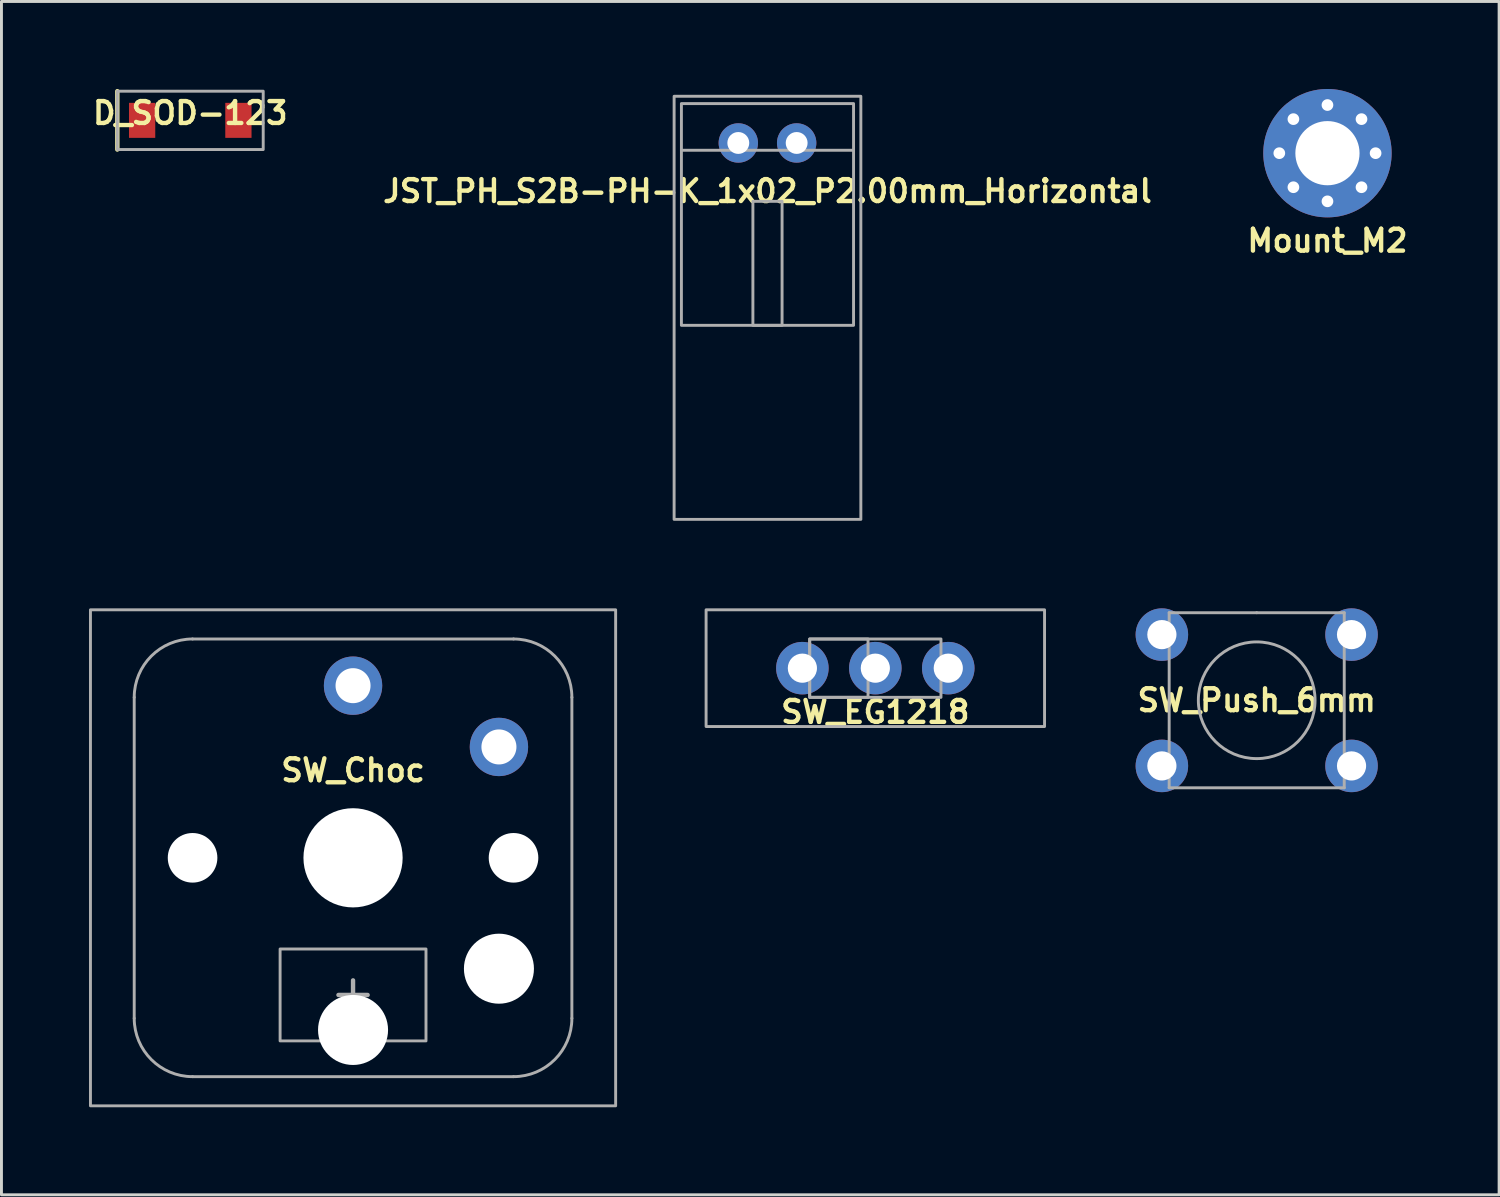
<source format=kicad_pcb>
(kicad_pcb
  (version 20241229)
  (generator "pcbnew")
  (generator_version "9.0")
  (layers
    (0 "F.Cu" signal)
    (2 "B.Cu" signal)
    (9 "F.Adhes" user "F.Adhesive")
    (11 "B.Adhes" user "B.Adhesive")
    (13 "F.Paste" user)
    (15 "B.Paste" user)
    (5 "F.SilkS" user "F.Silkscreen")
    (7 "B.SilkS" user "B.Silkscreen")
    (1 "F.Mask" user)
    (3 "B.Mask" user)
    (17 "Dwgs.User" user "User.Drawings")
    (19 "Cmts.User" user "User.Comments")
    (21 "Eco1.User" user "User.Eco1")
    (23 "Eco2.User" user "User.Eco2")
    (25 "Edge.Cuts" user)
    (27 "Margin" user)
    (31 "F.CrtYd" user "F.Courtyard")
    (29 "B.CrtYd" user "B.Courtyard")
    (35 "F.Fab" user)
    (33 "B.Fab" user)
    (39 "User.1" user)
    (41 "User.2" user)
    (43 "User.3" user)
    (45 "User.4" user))
  (footprint "SW_Choc"
    (layer "F.Cu")
    (at 9.05 26.35)
    (property "Reference" "SW_Choc" (at 0 -3 0) (layer "F.SilkS") (effects (font (size 0.75 0.75) (thickness 0.15))))
    (attr through_hole)
    (fp_line (start -7.5 5.5) (end -7.5 -5.5) (stroke (width 0.1) (type solid)) (layer "F.Fab"))
    (fp_line (start -0.5 4.7) (end 0 4.7) (stroke (width 0.15) (type solid)) (layer "F.Fab"))
    (fp_line (start 0 4.2) (end 0 4.7) (stroke (width 0.15) (type solid)) (layer "F.Fab"))
    (fp_line (start 0 4.7) (end 0 5.2) (stroke (width 0.15) (type solid)) (layer "F.Fab"))
    (fp_line (start 0 4.7) (end 0.5 4.7) (stroke (width 0.15) (type solid)) (layer "F.Fab"))
    (fp_line (start 5.5 -7.5) (end -5.5 -7.5) (stroke (width 0.1) (type solid)) (layer "F.Fab"))
    (fp_line (start 5.5 7.5) (end -5.5 7.5) (stroke (width 0.1) (type solid)) (layer "F.Fab"))
    (fp_line (start 7.5 5.5) (end 7.5 -5.5) (stroke (width 0.1) (type solid)) (layer "F.Fab"))
    (fp_rect (start -9 -8.5) (end 9 8.5) (stroke (width 0.1) (type default)) (fill no) (layer "F.Fab"))
    (fp_rect (start -2.5 3.125) (end 2.5 6.275) (stroke (width 0.1) (type default)) (fill no) (layer "F.Fab"))
    (fp_arc (start -7.5 -5.5) (mid -6.914214 -6.914213) (end -5.5 -7.5) (stroke (width 0.1) (type solid)) (layer "F.Fab"))
    (fp_arc (start -5.5 7.5) (mid -6.914213 6.914214) (end -7.5 5.5) (stroke (width 0.1) (type solid)) (layer "F.Fab"))
    (fp_arc (start 5.5 -7.5) (mid 6.914213 -6.914214) (end 7.5 -5.5) (stroke (width 0.1) (type solid)) (layer "F.Fab"))
    (fp_arc (start 7.5 5.5) (mid 6.914214 6.914213) (end 5.5 7.5) (stroke (width 0.1) (type solid)) (layer "F.Fab"))
    (pad "" np_thru_hole circle (at -5.5 0) (size 1.7 1.7) (drill 1.7) (layers "*.Cu" "*.Mask"))
    (pad "" np_thru_hole circle (at 0 0) (size 3.4 3.4) (drill 3.4) (layers "*.Cu" "*.Mask"))
    (pad "" np_thru_hole circle (at 0 5.9) (size 2.4 2.4) (drill 2.4) (layers "*.Cu" "*.Mask"))
    (pad "" np_thru_hole circle (at 5 3.8) (size 2.4 2.4) (drill 2.4) (layers "*.Cu" "*.Mask"))
    (pad "" np_thru_hole circle (at 5.5 0) (size 1.7 1.7) (drill 1.7) (layers "*.Cu" "*.Mask"))
    (pad "1" thru_hole circle (at 0 -5.9) (size 2 2) (drill 1.2) (layers "*.Cu" "*.Mask"))
    (pad "2" thru_hole circle (at 5 -3.8) (size 2 2) (drill 1.2) (layers "*.Cu" "*.Mask")))
  (footprint "Mount_M2"
    (layer "F.Cu")
    (at 42.446 2.2)
    (property "Reference" "Mount_M2" (at 0 3 0) (layer "F.SilkS") (effects (font (size 0.75 0.75) (thickness 0.15))))
    (attr exclude_from_pos_files exclude_from_bom)
    (pad "1" thru_hole circle (at -1.65 0) (size 0.7 0.7) (drill 0.4) (layers "*.Cu" "*.Mask"))
    (pad "1" thru_hole circle (at -1.167 -1.167) (size 0.7 0.7) (drill 0.4) (layers "*.Cu" "*.Mask"))
    (pad "1" thru_hole circle (at -1.167 1.167) (size 0.7 0.7) (drill 0.4) (layers "*.Cu" "*.Mask"))
    (pad "1" thru_hole circle (at 0 -1.65) (size 0.7 0.7) (drill 0.4) (layers "*.Cu" "*.Mask"))
    (pad "1" thru_hole circle (at 0 0) (size 4.4 4.4) (drill 2.2) (layers "*.Cu" "*.Mask"))
    (pad "1" thru_hole circle (at 0 1.65) (size 0.7 0.7) (drill 0.4) (layers "*.Cu" "*.Mask"))
    (pad "1" thru_hole circle (at 1.167 -1.167) (size 0.7 0.7) (drill 0.4) (layers "*.Cu" "*.Mask"))
    (pad "1" thru_hole circle (at 1.167 1.167) (size 0.7 0.7) (drill 0.4) (layers "*.Cu" "*.Mask"))
    (pad "1" thru_hole circle (at 1.65 0) (size 0.7 0.7) (drill 0.4) (layers "*.Cu" "*.Mask")))
  (footprint "JST_PH_S2B-PH-K_1x02_P2.00mm_Horizontal"
    (layer "F.Cu")
    (at 23.254 0.25)
    (property "Reference" "JST_PH_S2B-PH-K_1x02_P2.00mm_Horizontal" (at 0 3.25 0) (layer "F.SilkS") (effects (font (size 0.75 0.75) (thickness 0.15))))
    (attr through_hole)
    (fp_line (start 2.95 1.85) (end -2.95 1.85) (stroke (width 0.1) (type solid)) (layer "F.Fab"))
    (fp_rect (start -3.2 0) (end 3.2 14.5) (stroke (width 0.1) (type default)) (fill no) (layer "F.Fab"))
    (fp_rect (start -2.95 0.25) (end 2.95 7.85) (stroke (width 0.1) (type default)) (fill no) (layer "F.Fab"))
    (fp_rect (start -0.5 3.6) (end 0.5 7.85) (stroke (width 0.1) (type default)) (fill no) (layer "F.Fab"))
    (pad "1" thru_hole circle (at -1 1.6) (size 1.35 1.35) (drill 0.75) (layers "*.Cu" "*.Mask"))
    (pad "2" thru_hole circle (at 1 1.6) (size 1.35 1.35) (drill 0.75) (layers "*.Cu" "*.Mask")))
  (footprint "SW_EG1218"
    (layer "F.Cu")
    (at 26.95 19.85)
    (property "Reference" "SW_EG1218" (at 0 1.5 0) (layer "F.SilkS") (effects (font (size 0.75 0.75) (thickness 0.15))))
    (attr through_hole)
    (fp_rect (start -5.8 -2) (end 5.8 2) (stroke (width 0.1) (type default)) (fill no) (layer "F.Fab"))
    (fp_rect (start -2.25 -1) (end -0.25 1) (stroke (width 0.1) (type default)) (fill no) (layer "F.Fab"))
    (fp_rect (start -2.25 -1) (end 2.25 1) (stroke (width 0.1) (type default)) (fill no) (layer "F.Fab"))
    (pad "1" thru_hole circle (at -2.5 0) (size 1.8 1.8) (drill 1) (layers "*.Cu" "*.Mask"))
    (pad "2" thru_hole circle (at 0 0) (size 1.8 1.8) (drill 1) (layers "*.Cu" "*.Mask"))
    (pad "3" thru_hole circle (at 2.5 0) (size 1.8 1.8) (drill 1) (layers "*.Cu" "*.Mask")))
  (footprint "SW_Push_6mm"
    (layer "F.Cu")
    (at 40.021 20.95)
    (property "Reference" "SW_Push_6mm" (at 0 0 0) (layer "F.SilkS") (effects (font (size 0.75 0.75) (thickness 0.15))))
    (attr through_hole)
    (fp_line (start -3 -3) (end 0 -3) (stroke (width 0.1) (type solid)) (layer "F.Fab"))
    (fp_line (start -3 3) (end -3 -3) (stroke (width 0.1) (type solid)) (layer "F.Fab"))
    (fp_line (start 0 -3) (end 3 -3) (stroke (width 0.1) (type solid)) (layer "F.Fab"))
    (fp_line (start 3 -3) (end 3 3) (stroke (width 0.1) (type solid)) (layer "F.Fab"))
    (fp_line (start 3 3) (end -3 3) (stroke (width 0.1) (type solid)) (layer "F.Fab"))
    (fp_circle (center 0 0) (end 2 0) (stroke (width 0.1) (type solid)) (fill no) (layer "F.Fab"))
    (pad "1" thru_hole circle (at -3.25 -2.25) (size 1.8 1.8) (drill 1) (layers "*.Cu" "*.Mask"))
    (pad "1" thru_hole circle (at 3.25 -2.25) (size 1.8 1.8) (drill 1) (layers "*.Cu" "*.Mask"))
    (pad "2" thru_hole circle (at -3.25 2.25) (size 1.8 1.8) (drill 1) (layers "*.Cu" "*.Mask"))
    (pad "2" thru_hole circle (at 3.25 2.25) (size 1.8 1.8) (drill 1) (layers "*.Cu" "*.Mask")))
  (footprint "D_SOD-123"
    (layer "F.Cu")
    (at 3.471 1.075)
    (property "Reference" "D_SOD-123" (at 0 -0.25 0) (layer "F.SilkS") (effects (font (size 0.75 0.75) (thickness 0.15))))
    (attr smd)
    (fp_line (start -2.5 -1) (end -2.5 1) (stroke (width 0.15) (type solid)) (layer "F.SilkS"))
    (fp_rect (start -2.5 -1) (end 2.5 1) (stroke (width 0.1) (type default)) (fill no) (layer "F.Fab"))
    (pad "1" smd rect (at -1.65 0) (size 0.9 1.2) (layers "F.Cu" "F.Mask" "F.Paste"))
    (pad "2" smd rect (at 1.65 0) (size 0.9 1.2) (layers "F.Cu" "F.Mask" "F.Paste")))
  (gr_rect
    (start -3 -3)
    (end 48.329 37.9)
    (stroke (width 0.1) (type default))
    (fill no)
    (layer "Edge.Cuts")))
</source>
